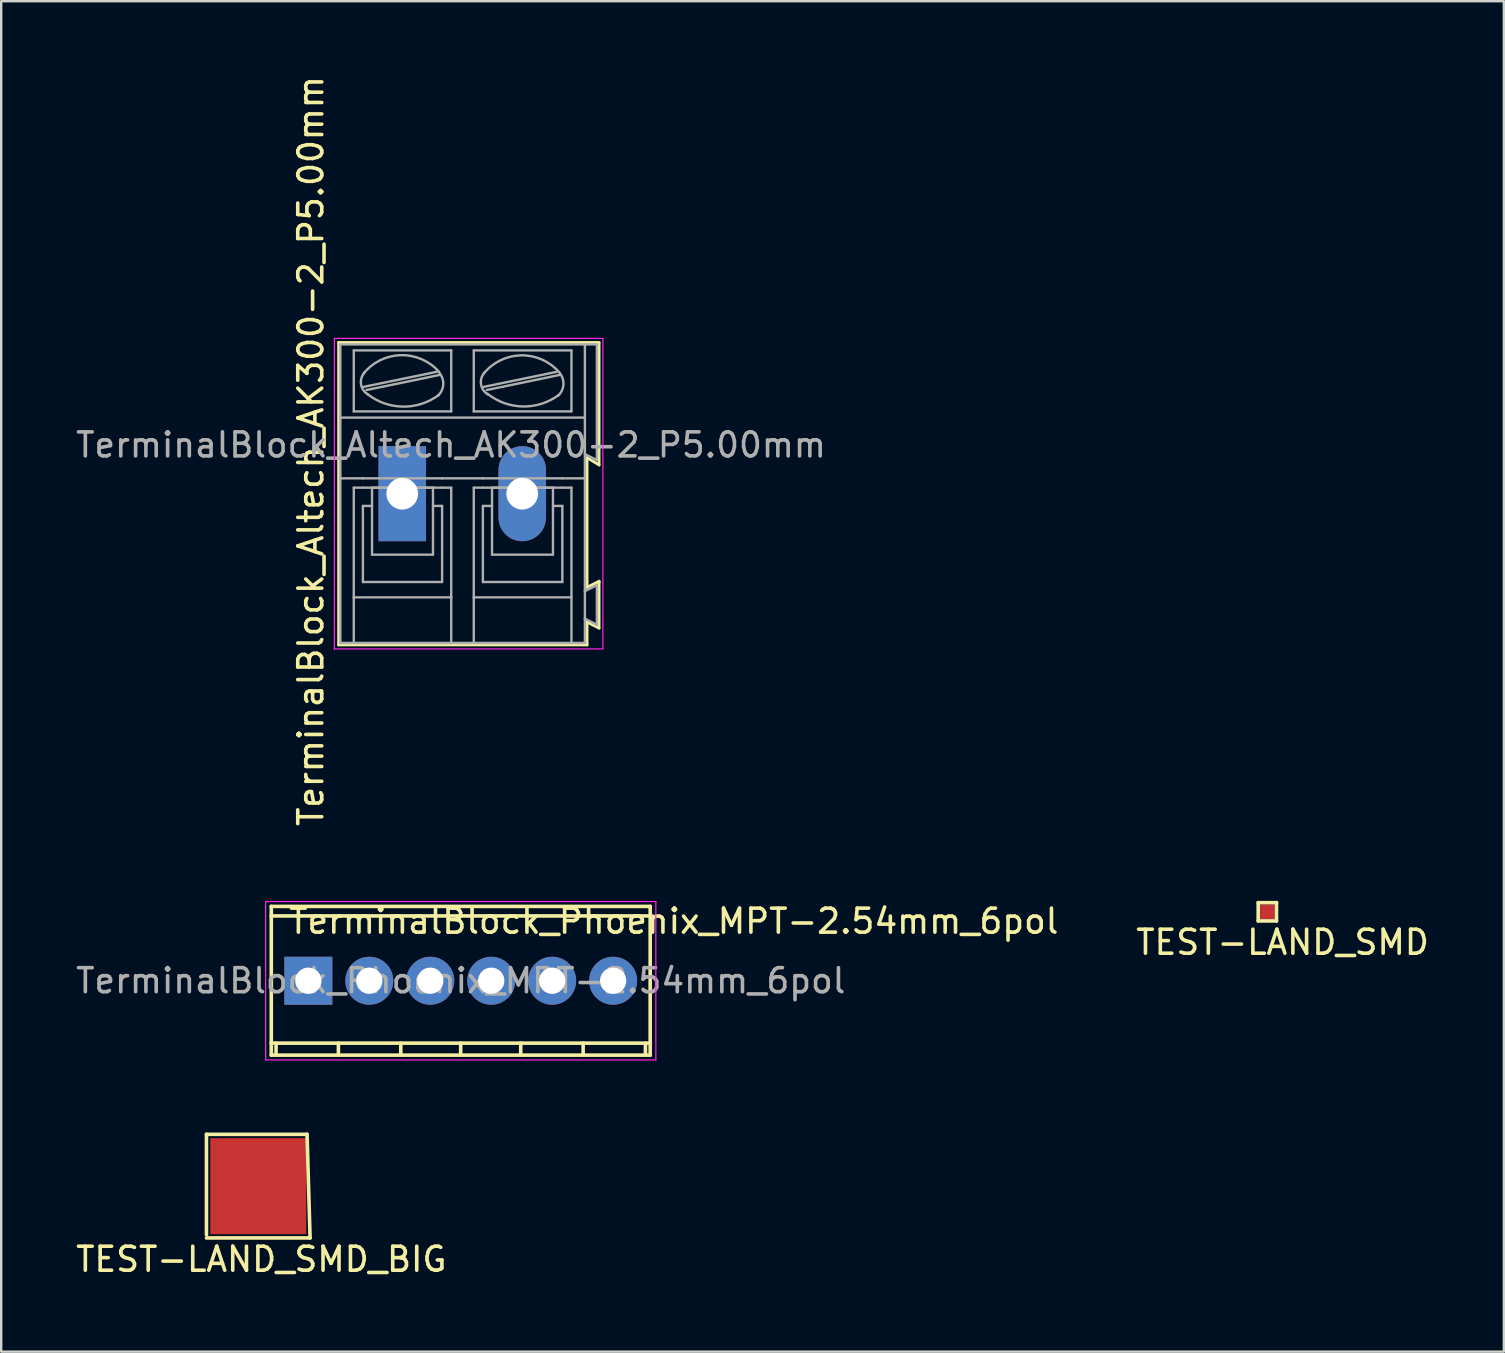
<source format=kicad_pcb>
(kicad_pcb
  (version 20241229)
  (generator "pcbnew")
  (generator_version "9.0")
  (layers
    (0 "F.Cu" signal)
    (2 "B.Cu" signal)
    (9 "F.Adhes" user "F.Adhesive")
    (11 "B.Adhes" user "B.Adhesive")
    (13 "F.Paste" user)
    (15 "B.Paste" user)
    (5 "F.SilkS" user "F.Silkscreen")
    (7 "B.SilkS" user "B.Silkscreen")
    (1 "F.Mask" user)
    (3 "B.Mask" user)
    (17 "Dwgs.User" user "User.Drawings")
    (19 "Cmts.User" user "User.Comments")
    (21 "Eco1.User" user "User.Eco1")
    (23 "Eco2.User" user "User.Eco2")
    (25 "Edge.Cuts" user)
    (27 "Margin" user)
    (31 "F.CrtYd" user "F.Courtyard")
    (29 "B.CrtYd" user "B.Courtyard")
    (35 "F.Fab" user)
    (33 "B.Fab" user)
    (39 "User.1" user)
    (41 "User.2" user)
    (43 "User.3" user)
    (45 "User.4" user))
  (footprint "TEST-LAND_SMD_BIG"
    (layer "F.Cu")
    (at 7.712 46.376)
    (property "Reference" "TEST-LAND_SMD_BIG" (at 0.127 3.048 0) (layer "F.SilkS") (effects (font (size 1 1) (thickness 0.15))))
    (attr through_hole)
    (fp_line (start -2.159 -2.159) (end -2.159 2.032) (stroke (width 0.15) (type solid)) (layer "F.SilkS"))
    (fp_line (start -2.159 2.159) (end 2.159 2.159) (stroke (width 0.15) (type solid)) (layer "F.SilkS"))
    (fp_line (start 2.032 -2.159) (end -2.159 -2.159) (stroke (width 0.15) (type solid)) (layer "F.SilkS"))
    (fp_line (start 2.159 2.159) (end 2.032 -2.159) (stroke (width 0.15) (type solid)) (layer "F.SilkS"))
    (pad "1" smd rect (at 0 0) (size 4 4) (layers "F.Cu" "F.Mask" "F.Paste")))
  (footprint "TEST-LAND_SMD"
    (layer "F.Cu")
    (at 49.76 34.944)
    (property "Reference" "TEST-LAND_SMD" (at 0.635 1.27 0) (layer "F.SilkS") (effects (font (size 1 1) (thickness 0.15))))
    (attr through_hole)
    (fp_line (start -0.381 -0.381) (end -0.381 0.381) (stroke (width 0.15) (type solid)) (layer "F.SilkS"))
    (fp_line (start -0.381 0.381) (end 0.381 0.381) (stroke (width 0.15) (type solid)) (layer "F.SilkS"))
    (fp_line (start 0.381 -0.381) (end -0.381 -0.381) (stroke (width 0.15) (type solid)) (layer "F.SilkS"))
    (fp_line (start 0.381 0.381) (end 0.381 -0.381) (stroke (width 0.15) (type solid)) (layer "F.SilkS"))
    (pad "1" smd rect (at 0 0) (size 0.6 0.6) (layers "F.Cu" "F.Mask" "F.Paste")))
  (footprint "TerminalBlock_Altech_AK300-2_P5.00mm"
    (layer "F.Cu")
    (at 13.712 17.522)
    (property "Reference" "TerminalBlock_Altech_AK300-2_P5.00mm" (at -3.81 -1.778 90) (layer "F.SilkS") (effects (font (size 1 1) (thickness 0.15))))
    (attr through_hole)
    (fp_line (start -2.65 -6.3) (end -2.65 6.3) (stroke (width 0.12) (type solid)) (layer "F.SilkS"))
    (fp_line (start -2.65 6.3) (end 7.7 6.3) (stroke (width 0.12) (type solid)) (layer "F.SilkS"))
    (fp_line (start 7.7 -1.5) (end 8.2 -1.2) (stroke (width 0.12) (type solid)) (layer "F.SilkS"))
    (fp_line (start 7.7 3.9) (end 7.7 -1.5) (stroke (width 0.12) (type solid)) (layer "F.SilkS"))
    (fp_line (start 7.7 5.35) (end 8.2 5.6) (stroke (width 0.12) (type solid)) (layer "F.SilkS"))
    (fp_line (start 7.7 6.3) (end 7.7 5.35) (stroke (width 0.12) (type solid)) (layer "F.SilkS"))
    (fp_line (start 8.2 -6.3) (end -2.65 -6.3) (stroke (width 0.12) (type solid)) (layer "F.SilkS"))
    (fp_line (start 8.2 -1.2) (end 8.2 -6.3) (stroke (width 0.12) (type solid)) (layer "F.SilkS"))
    (fp_line (start 8.2 3.65) (end 7.7 3.9) (stroke (width 0.12) (type solid)) (layer "F.SilkS"))
    (fp_line (start 8.2 3.7) (end 8.2 3.65) (stroke (width 0.12) (type solid)) (layer "F.SilkS"))
    (fp_line (start 8.2 5.6) (end 8.2 3.7) (stroke (width 0.12) (type solid)) (layer "F.SilkS"))
    (fp_line (start -2.83 -6.47) (end -2.83 6.47) (stroke (width 0.05) (type solid)) (layer "F.CrtYd"))
    (fp_line (start -2.83 -6.47) (end 8.36 -6.47) (stroke (width 0.05) (type solid)) (layer "F.CrtYd"))
    (fp_line (start 8.36 6.47) (end -2.83 6.47) (stroke (width 0.05) (type solid)) (layer "F.CrtYd"))
    (fp_line (start 8.36 6.47) (end 8.36 -6.47) (stroke (width 0.05) (type solid)) (layer "F.CrtYd"))
    (fp_line (start -2.58 -3.17) (end -2.58 -6.22) (stroke (width 0.1) (type solid)) (layer "F.Fab"))
    (fp_line (start -2.58 -3.17) (end 7.61 -3.17) (stroke (width 0.1) (type solid)) (layer "F.Fab"))
    (fp_line (start -2.58 -0.64) (end -2.58 -3.17) (stroke (width 0.1) (type solid)) (layer "F.Fab"))
    (fp_line (start -2.58 -0.64) (end -1.64 -0.64) (stroke (width 0.1) (type solid)) (layer "F.Fab"))
    (fp_line (start -2.58 6.22) (end -2.58 -0.64) (stroke (width 0.1) (type solid)) (layer "F.Fab"))
    (fp_line (start -2.58 6.22) (end -2.02 6.22) (stroke (width 0.1) (type solid)) (layer "F.Fab"))
    (fp_line (start -2.02 -3.43) (end -2.02 -5.97) (stroke (width 0.1) (type solid)) (layer "F.Fab"))
    (fp_line (start -2.02 -0.25) (end -2.02 4.32) (stroke (width 0.1) (type solid)) (layer "F.Fab"))
    (fp_line (start -2.02 -0.25) (end -1.64 -0.25) (stroke (width 0.1) (type solid)) (layer "F.Fab"))
    (fp_line (start -2.02 4.32) (end -2.02 6.22) (stroke (width 0.1) (type solid)) (layer "F.Fab"))
    (fp_line (start -2.02 6.22) (end 2.04 6.22) (stroke (width 0.1) (type solid)) (layer "F.Fab"))
    (fp_line (start -1.64 -0.64) (end 1.66 -0.64) (stroke (width 0.1) (type solid)) (layer "F.Fab"))
    (fp_line (start -1.64 0.51) (end -1.26 0.51) (stroke (width 0.1) (type solid)) (layer "F.Fab"))
    (fp_line (start -1.64 3.68) (end -1.64 0.51) (stroke (width 0.1) (type solid)) (layer "F.Fab"))
    (fp_line (start -1.62 -4.45) (end 1.44 -5.08) (stroke (width 0.1) (type solid)) (layer "F.Fab"))
    (fp_line (start -1.49 -4.32) (end 1.56 -4.95) (stroke (width 0.1) (type solid)) (layer "F.Fab"))
    (fp_line (start -1.26 -0.25) (end 1.28 -0.25) (stroke (width 0.1) (type solid)) (layer "F.Fab"))
    (fp_line (start -1.26 2.54) (end -1.26 -0.25) (stroke (width 0.1) (type solid)) (layer "F.Fab"))
    (fp_line (start -1.26 2.54) (end 1.28 2.54) (stroke (width 0.1) (type solid)) (layer "F.Fab"))
    (fp_line (start 1.28 2.54) (end 1.28 -0.25) (stroke (width 0.1) (type solid)) (layer "F.Fab"))
    (fp_line (start 1.66 -0.64) (end 3.36 -0.64) (stroke (width 0.1) (type solid)) (layer "F.Fab"))
    (fp_line (start 1.66 -0.25) (end -1.64 -0.25) (stroke (width 0.1) (type solid)) (layer "F.Fab"))
    (fp_line (start 1.66 0.51) (end 1.28 0.51) (stroke (width 0.1) (type solid)) (layer "F.Fab"))
    (fp_line (start 1.66 3.68) (end -1.64 3.68) (stroke (width 0.1) (type solid)) (layer "F.Fab"))
    (fp_line (start 1.66 3.68) (end 1.66 0.51) (stroke (width 0.1) (type solid)) (layer "F.Fab"))
    (fp_line (start 2.04 -5.97) (end -2.02 -5.97) (stroke (width 0.1) (type solid)) (layer "F.Fab"))
    (fp_line (start 2.04 -3.43) (end -2.02 -3.43) (stroke (width 0.1) (type solid)) (layer "F.Fab"))
    (fp_line (start 2.04 -3.43) (end 2.04 -5.97) (stroke (width 0.1) (type solid)) (layer "F.Fab"))
    (fp_line (start 2.04 -0.25) (end 1.66 -0.25) (stroke (width 0.1) (type solid)) (layer "F.Fab"))
    (fp_line (start 2.04 4.32) (end -2.02 4.32) (stroke (width 0.1) (type solid)) (layer "F.Fab"))
    (fp_line (start 2.04 4.32) (end 2.04 -0.25) (stroke (width 0.1) (type solid)) (layer "F.Fab"))
    (fp_line (start 2.04 6.22) (end 2.04 4.32) (stroke (width 0.1) (type solid)) (layer "F.Fab"))
    (fp_line (start 2.04 6.22) (end 2.98 6.22) (stroke (width 0.1) (type solid)) (layer "F.Fab"))
    (fp_line (start 2.98 -5.97) (end 7.05 -5.97) (stroke (width 0.1) (type solid)) (layer "F.Fab"))
    (fp_line (start 2.98 -3.43) (end 2.98 -5.97) (stroke (width 0.1) (type solid)) (layer "F.Fab"))
    (fp_line (start 2.98 -0.25) (end 3.36 -0.25) (stroke (width 0.1) (type solid)) (layer "F.Fab"))
    (fp_line (start 2.98 4.32) (end 2.98 -0.25) (stroke (width 0.1) (type solid)) (layer "F.Fab"))
    (fp_line (start 2.98 4.32) (end 7.05 4.32) (stroke (width 0.1) (type solid)) (layer "F.Fab"))
    (fp_line (start 2.98 6.22) (end 2.98 4.32) (stroke (width 0.1) (type solid)) (layer "F.Fab"))
    (fp_line (start 2.98 6.22) (end 7.05 6.22) (stroke (width 0.1) (type solid)) (layer "F.Fab"))
    (fp_line (start 3.36 -0.25) (end 6.67 -0.25) (stroke (width 0.1) (type solid)) (layer "F.Fab"))
    (fp_line (start 3.36 0.51) (end 3.74 0.51) (stroke (width 0.1) (type solid)) (layer "F.Fab"))
    (fp_line (start 3.36 3.68) (end 3.36 0.51) (stroke (width 0.1) (type solid)) (layer "F.Fab"))
    (fp_line (start 3.39 -4.45) (end 6.44 -5.08) (stroke (width 0.1) (type solid)) (layer "F.Fab"))
    (fp_line (start 3.52 -4.32) (end 6.56 -4.95) (stroke (width 0.1) (type solid)) (layer "F.Fab"))
    (fp_line (start 3.74 -0.25) (end 6.28 -0.25) (stroke (width 0.1) (type solid)) (layer "F.Fab"))
    (fp_line (start 3.74 2.54) (end 3.74 -0.25) (stroke (width 0.1) (type solid)) (layer "F.Fab"))
    (fp_line (start 3.74 2.54) (end 6.28 2.54) (stroke (width 0.1) (type solid)) (layer "F.Fab"))
    (fp_line (start 6.28 2.54) (end 6.28 -0.25) (stroke (width 0.1) (type solid)) (layer "F.Fab"))
    (fp_line (start 6.67 -0.64) (end 3.36 -0.64) (stroke (width 0.1) (type solid)) (layer "F.Fab"))
    (fp_line (start 6.67 0.51) (end 6.28 0.51) (stroke (width 0.1) (type solid)) (layer "F.Fab"))
    (fp_line (start 6.67 3.68) (end 3.36 3.68) (stroke (width 0.1) (type solid)) (layer "F.Fab"))
    (fp_line (start 6.67 3.68) (end 6.67 0.51) (stroke (width 0.1) (type solid)) (layer "F.Fab"))
    (fp_line (start 7.05 -5.97) (end 7.05 -3.43) (stroke (width 0.1) (type solid)) (layer "F.Fab"))
    (fp_line (start 7.05 -3.43) (end 2.98 -3.43) (stroke (width 0.1) (type solid)) (layer "F.Fab"))
    (fp_line (start 7.05 -0.25) (end 6.67 -0.25) (stroke (width 0.1) (type solid)) (layer "F.Fab"))
    (fp_line (start 7.05 -0.25) (end 7.05 4.32) (stroke (width 0.1) (type solid)) (layer "F.Fab"))
    (fp_line (start 7.05 4.32) (end 7.05 6.22) (stroke (width 0.1) (type solid)) (layer "F.Fab"))
    (fp_line (start 7.05 6.22) (end 7.61 6.22) (stroke (width 0.1) (type solid)) (layer "F.Fab"))
    (fp_line (start 7.61 -6.22) (end -2.58 -6.22) (stroke (width 0.1) (type solid)) (layer "F.Fab"))
    (fp_line (start 7.61 -6.22) (end 7.61 -3.17) (stroke (width 0.1) (type solid)) (layer "F.Fab"))
    (fp_line (start 7.61 -6.22) (end 8.11 -6.22) (stroke (width 0.1) (type solid)) (layer "F.Fab"))
    (fp_line (start 7.61 -3.17) (end 7.61 -1.65) (stroke (width 0.1) (type solid)) (layer "F.Fab"))
    (fp_line (start 7.61 -1.65) (end 7.61 -0.64) (stroke (width 0.1) (type solid)) (layer "F.Fab"))
    (fp_line (start 7.61 -0.64) (end 6.67 -0.64) (stroke (width 0.1) (type solid)) (layer "F.Fab"))
    (fp_line (start 7.61 -0.64) (end 7.61 4.06) (stroke (width 0.1) (type solid)) (layer "F.Fab"))
    (fp_line (start 7.61 4.06) (end 7.61 5.21) (stroke (width 0.1) (type solid)) (layer "F.Fab"))
    (fp_line (start 7.61 5.21) (end 7.61 6.22) (stroke (width 0.1) (type solid)) (layer "F.Fab"))
    (fp_line (start 8.11 -6.22) (end 8.11 -1.4) (stroke (width 0.1) (type solid)) (layer "F.Fab"))
    (fp_line (start 8.11 -1.4) (end 7.61 -1.65) (stroke (width 0.1) (type solid)) (layer "F.Fab"))
    (fp_line (start 8.11 3.81) (end 7.61 4.06) (stroke (width 0.1) (type solid)) (layer "F.Fab"))
    (fp_line (start 8.11 3.81) (end 8.11 5.46) (stroke (width 0.1) (type solid)) (layer "F.Fab"))
    (fp_line (start 8.11 5.46) (end 7.61 5.21) (stroke (width 0.1) (type solid)) (layer "F.Fab"))
    (fp_arc (start -1.62 -5) (mid -0.05669 -5.772528) (end 1.539976 -5.071534) (stroke (width 0.1) (type solid)) (layer "F.Fab"))
    (fp_arc (start -1.42 -4.13) (mid -1.718466 -4.559406) (end -1.562972 -5.058699) (stroke (width 0.1) (type solid)) (layer "F.Fab"))
    (fp_arc (start 1.53 -5.05) (mid 1.708693 -4.558754) (end 1.485619 -4.086005) (stroke (width 0.1) (type solid)) (layer "F.Fab"))
    (fp_arc (start 1.53 -4.12) (mid 0.02849 -3.628196) (end -1.459829 -4.158582) (stroke (width 0.1) (type solid)) (layer "F.Fab"))
    (fp_arc (start 3.39 -5) (mid 4.949737 -5.764867) (end 6.538239 -5.061686) (stroke (width 0.1) (type solid)) (layer "F.Fab"))
    (fp_arc (start 3.58 -4.13) (mid 3.281534 -4.559406) (end 3.437028 -5.058699) (stroke (width 0.1) (type solid)) (layer "F.Fab"))
    (fp_arc (start 6.53 -4.12) (mid 5.030583 -3.634318) (end 3.547667 -4.168263) (stroke (width 0.1) (type solid)) (layer "F.Fab"))
    (fp_arc (start 6.54 -5.05) (mid 6.715733 -4.551652) (end 6.485532 -4.076005) (stroke (width 0.1) (type solid)) (layer "F.Fab"))
    (fp_text user "${REFERENCE}" (at 2.032 -2.032 0) (layer "F.Fab") (effects (font (size 1 1) (thickness 0.15))))
    (pad "1" thru_hole rect (at 0 0) (size 1.98 3.96) (drill 1.32) (layers "*.Cu" "*.Mask"))
    (pad "2" thru_hole oval (at 5 0) (size 1.98 3.96) (drill 1.32) (layers "*.Cu" "*.Mask")))
  (footprint "TerminalBlock_Phoenix_MPT-2.54mm_6pol"
    (layer "F.Cu")
    (at 9.799 37.817)
    (property "Reference" "TerminalBlock_Phoenix_MPT-2.54mm_6pol" (at 15.227 -2.481 0) (layer "F.SilkS") (effects (font (size 1 1) (thickness 0.15))))
    (attr through_hole)
    (fp_line (start -1.549 3.099) (end 14.249 3.099) (stroke (width 0.15) (type solid)) (layer "F.SilkS"))
    (fp_line (start -1.544 -3.099) (end -1.544 3.099) (stroke (width 0.15) (type solid)) (layer "F.SilkS"))
    (fp_line (start -1.346 3.099) (end -1.346 2.601) (stroke (width 0.15) (type solid)) (layer "F.SilkS"))
    (fp_line (start 1.252 3.099) (end 1.252 2.601) (stroke (width 0.15) (type solid)) (layer "F.SilkS"))
    (fp_line (start 3.851 2.601) (end 3.851 3.099) (stroke (width 0.15) (type solid)) (layer "F.SilkS"))
    (fp_line (start 6.347 2.601) (end 6.347 3.099) (stroke (width 0.15) (type solid)) (layer "F.SilkS"))
    (fp_line (start 8.849 2.601) (end 8.849 3.099) (stroke (width 0.15) (type solid)) (layer "F.SilkS"))
    (fp_line (start 11.45 2.601) (end 11.45 3.099) (stroke (width 0.15) (type solid)) (layer "F.SilkS"))
    (fp_line (start 14.046 2.601) (end 14.046 3.099) (stroke (width 0.15) (type solid)) (layer "F.SilkS"))
    (fp_line (start 14.244 3.099) (end 14.244 -3.099) (stroke (width 0.15) (type solid)) (layer "F.SilkS"))
    (fp_line (start 14.249 -3.099) (end -1.549 -3.099) (stroke (width 0.15) (type solid)) (layer "F.SilkS"))
    (fp_line (start 14.249 -2.7) (end -1.549 -2.7) (stroke (width 0.15) (type solid)) (layer "F.SilkS"))
    (fp_line (start 14.249 2.601) (end -1.549 2.601) (stroke (width 0.15) (type solid)) (layer "F.SilkS"))
    (fp_line (start -1.78 -3.3) (end 14.48 -3.3) (stroke (width 0.05) (type solid)) (layer "F.CrtYd"))
    (fp_line (start -1.78 3.3) (end -1.78 -3.3) (stroke (width 0.05) (type solid)) (layer "F.CrtYd"))
    (fp_line (start 14.48 -3.3) (end 14.48 3.3) (stroke (width 0.05) (type solid)) (layer "F.CrtYd"))
    (fp_line (start 14.48 3.3) (end -1.78 3.3) (stroke (width 0.05) (type solid)) (layer "F.CrtYd"))
    (fp_text user "${REFERENCE}" (at 6.35 0 0) (layer "F.Fab") (effects (font (size 1 1) (thickness 0.15))))
    (pad "1" thru_hole rect (at 0 0 180) (size 1.999 1.999) (drill 1.097) (layers "*.Cu" "*.Mask"))
    (pad "2" thru_hole oval (at 2.54 0 180) (size 1.999 1.999) (drill 1.097) (layers "*.Cu" "*.Mask"))
    (pad "3" thru_hole oval (at 5.08 0 180) (size 1.999 1.999) (drill 1.097) (layers "*.Cu" "*.Mask"))
    (pad "4" thru_hole oval (at 7.62 0 180) (size 1.999 1.999) (drill 1.097) (layers "*.Cu" "*.Mask"))
    (pad "5" thru_hole oval (at 10.16 0 180) (size 1.999 1.999) (drill 1.097) (layers "*.Cu" "*.Mask"))
    (pad "6" thru_hole oval (at 12.7 0 180) (size 1.999 1.999) (drill 1.097) (layers "*.Cu" "*.Mask")))
  (gr_rect
    (start -3 -3)
    (end 59.615 53.272)
    (stroke (width 0.1) (type default))
    (fill no)
    (layer "Edge.Cuts")))
</source>
